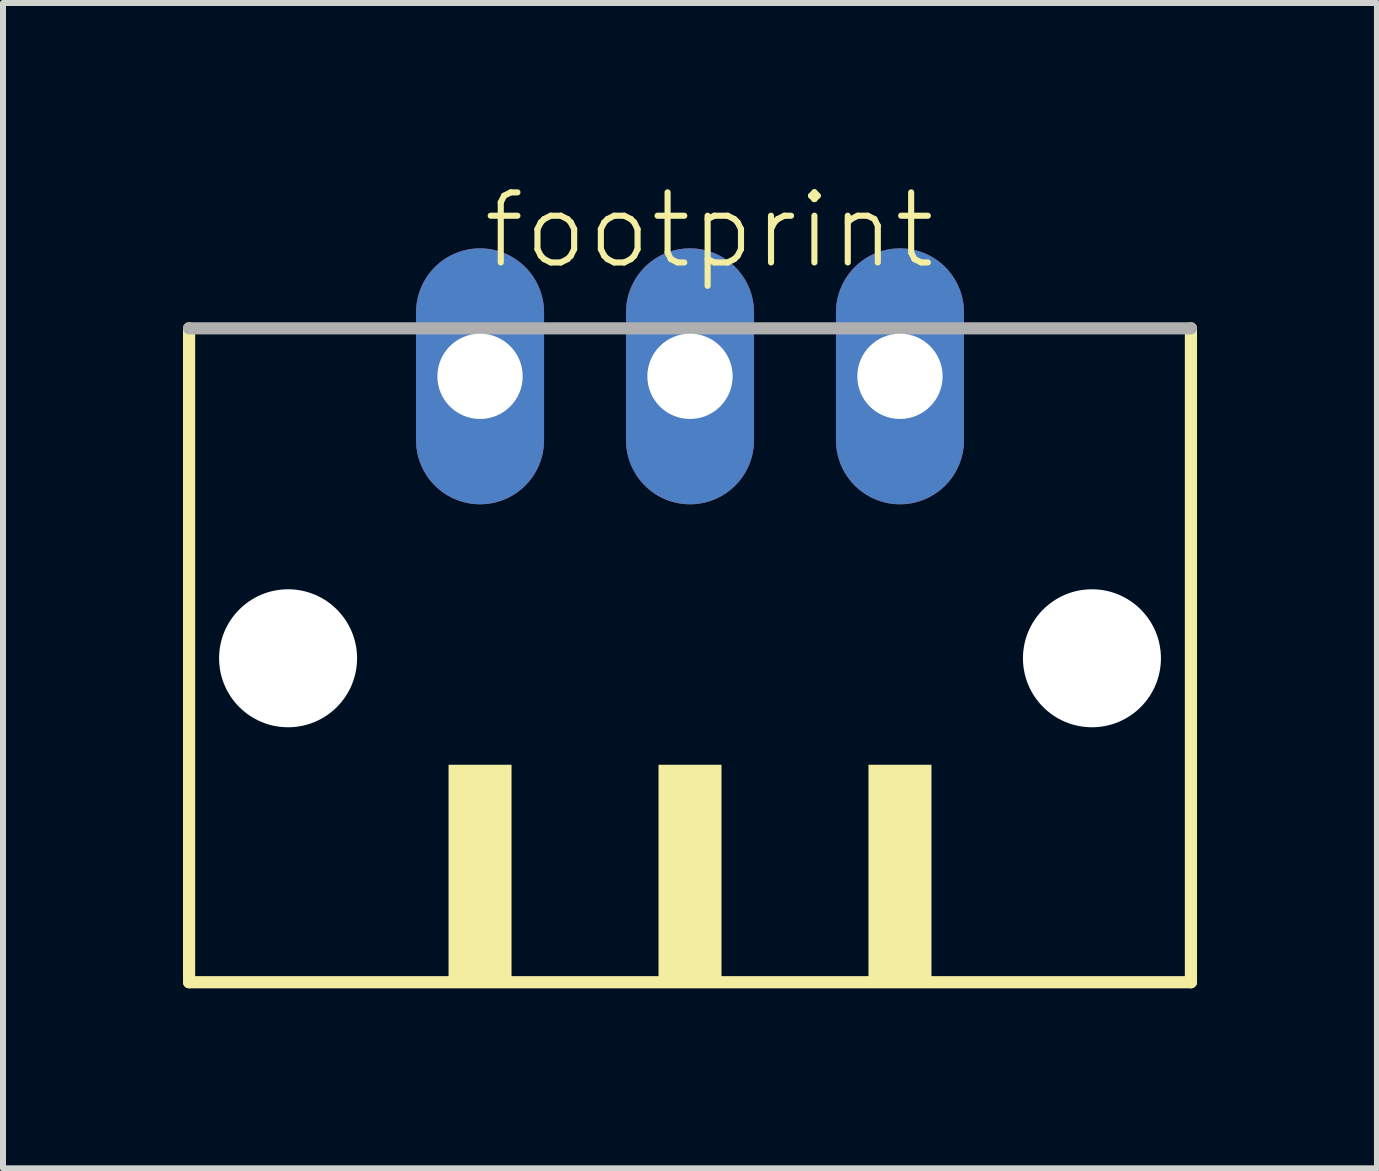
<source format=kicad_pcb>
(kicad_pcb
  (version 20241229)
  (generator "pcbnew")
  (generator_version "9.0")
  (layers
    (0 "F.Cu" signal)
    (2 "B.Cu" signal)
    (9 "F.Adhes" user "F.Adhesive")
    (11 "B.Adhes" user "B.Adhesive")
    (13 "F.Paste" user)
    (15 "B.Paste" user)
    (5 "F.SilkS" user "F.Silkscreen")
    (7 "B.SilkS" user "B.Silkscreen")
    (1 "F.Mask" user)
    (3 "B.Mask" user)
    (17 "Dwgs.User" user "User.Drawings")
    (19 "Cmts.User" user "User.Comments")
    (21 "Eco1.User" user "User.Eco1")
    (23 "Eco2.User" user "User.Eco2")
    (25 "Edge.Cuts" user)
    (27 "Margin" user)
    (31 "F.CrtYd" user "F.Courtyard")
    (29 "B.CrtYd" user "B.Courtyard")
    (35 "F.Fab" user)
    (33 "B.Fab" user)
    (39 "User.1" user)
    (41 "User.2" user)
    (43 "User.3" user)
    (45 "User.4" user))
  (footprint "footprint"
    (layer "F.Cu")
    (at 8.452 8.473)
    (property "Reference" "footprint" (at -3.5 -7 0) (layer "F.SilkS") (effects (font (size 1.168 1.168) (thickness 0.102)) (justify left bottom)))
    (fp_line (start -8.35 -6.05) (end -8.35 4.85) (stroke (width 0.203) (type solid)) (layer "F.SilkS"))
    (fp_line (start -8.35 4.85) (end 8.35 4.85) (stroke (width 0.203) (type solid)) (layer "F.SilkS"))
    (fp_line (start 8.35 4.85) (end 8.35 -6.05) (stroke (width 0.203) (type solid)) (layer "F.SilkS"))
    (fp_poly (pts (xy -4.025 4.9) (xy -2.975 4.9) (xy -2.975 1.225) (xy -4.025 1.225)) (stroke (width 0) (type solid)) (fill yes) (layer "F.SilkS"))
    (fp_poly (pts (xy -0.525 4.9) (xy 0.525 4.9) (xy 0.525 1.225) (xy -0.525 1.225)) (stroke (width 0) (type solid)) (fill yes) (layer "F.SilkS"))
    (fp_poly (pts (xy 2.975 4.9) (xy 4.025 4.9) (xy 4.025 1.225) (xy 2.975 1.225)) (stroke (width 0) (type solid)) (fill yes) (layer "F.SilkS"))
    (fp_line (start 8.35 -6.05) (end -8.35 -6.05) (stroke (width 0.203) (type solid)) (layer "F.Fab"))
    (pad "" np_thru_hole circle (at -6.7 -0.55) (size 2.3 2.3) (drill 2.3) (layers "*.Cu" "*.Mask"))
    (pad "" np_thru_hole circle (at 6.7 -0.55) (size 2.3 2.3) (drill 2.3) (layers "*.Cu" "*.Mask"))
    (pad "1" thru_hole oval (at -3.5 -5.25 90) (size 4.267 2.134) (drill 1.422) (layers "*.Cu" "*.Mask"))
    (pad "2" thru_hole oval (at 0 -5.25 90) (size 4.267 2.134) (drill 1.422) (layers "*.Cu" "*.Mask"))
    (pad "3" thru_hole oval (at 3.5 -5.25 90) (size 4.267 2.134) (drill 1.422) (layers "*.Cu" "*.Mask")))
  (gr_rect
    (start -3 -3)
    (end 19.903 16.425)
    (stroke (width 0.1) (type default))
    (fill no)
    (layer "Edge.Cuts")))
</source>
